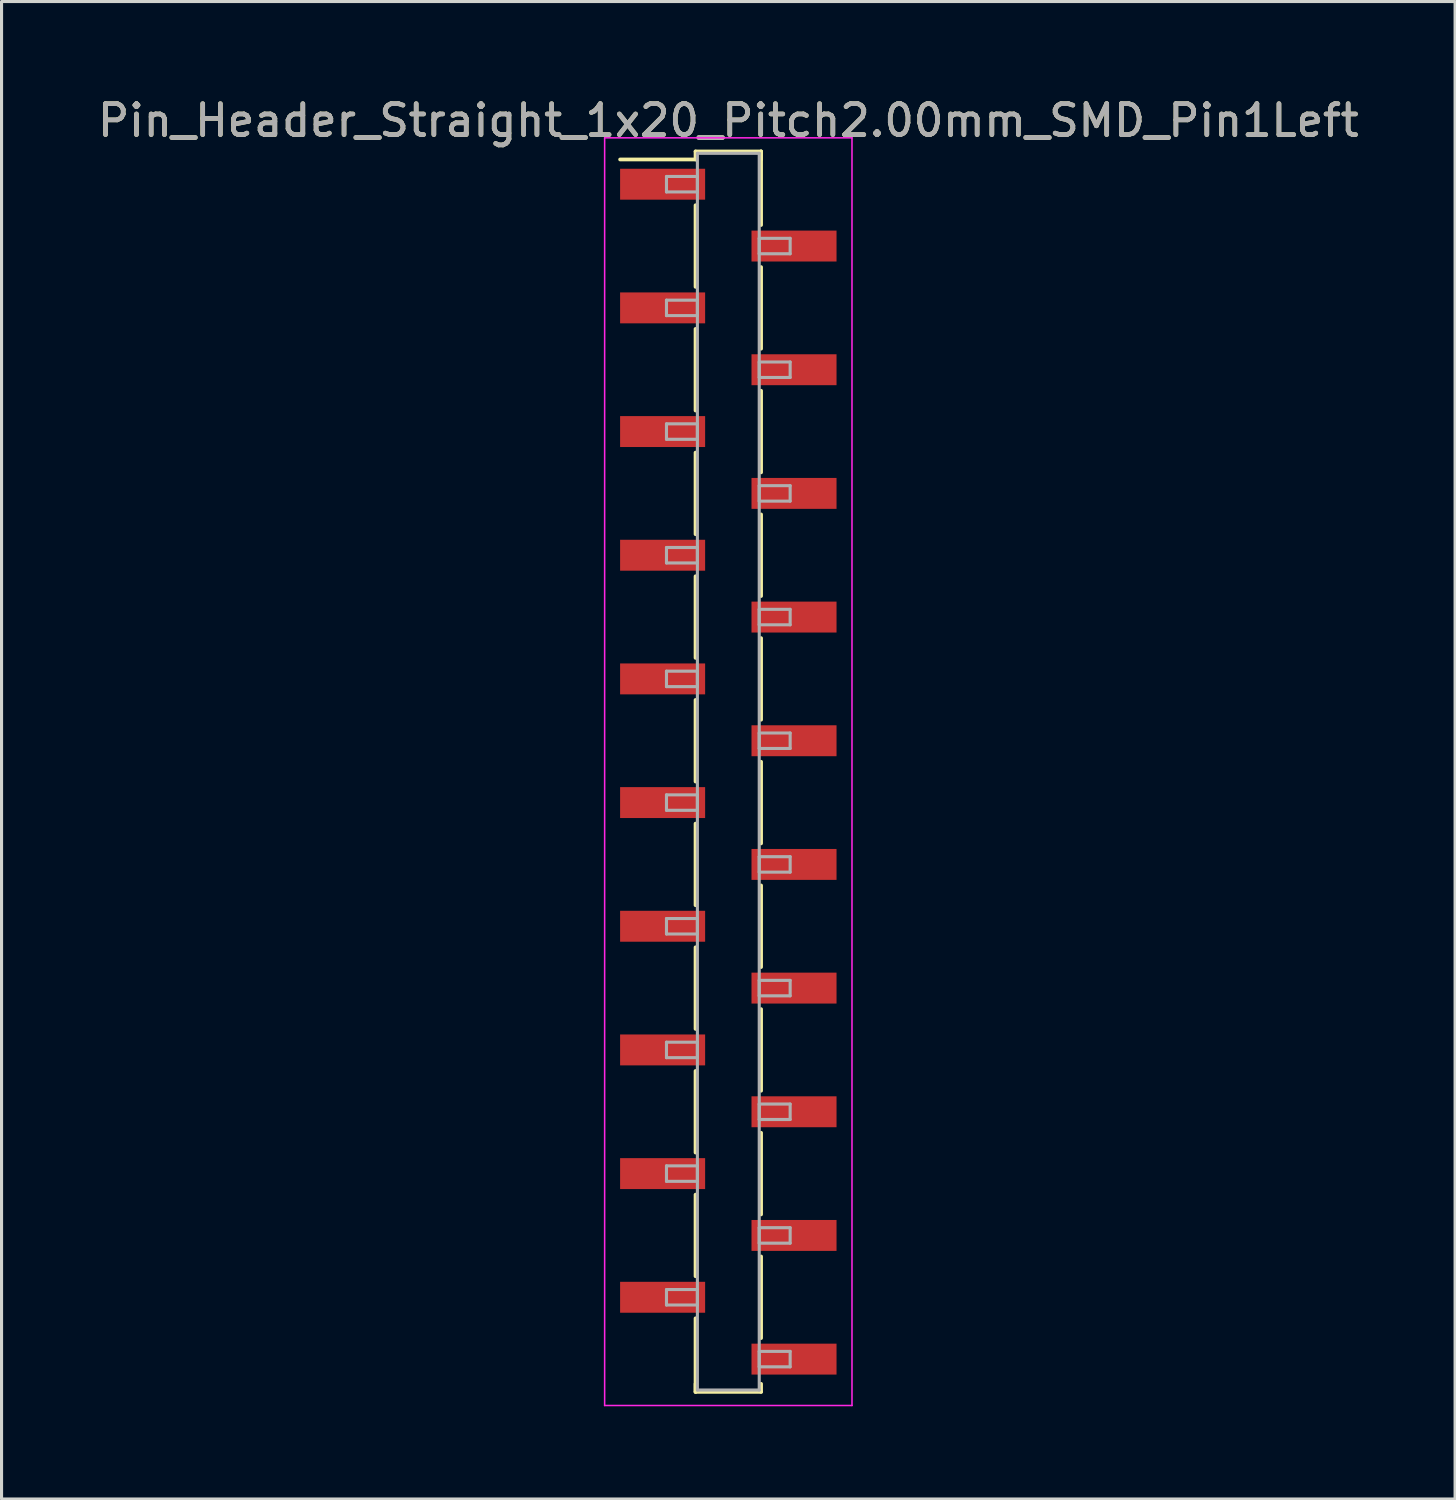
<source format=kicad_pcb>
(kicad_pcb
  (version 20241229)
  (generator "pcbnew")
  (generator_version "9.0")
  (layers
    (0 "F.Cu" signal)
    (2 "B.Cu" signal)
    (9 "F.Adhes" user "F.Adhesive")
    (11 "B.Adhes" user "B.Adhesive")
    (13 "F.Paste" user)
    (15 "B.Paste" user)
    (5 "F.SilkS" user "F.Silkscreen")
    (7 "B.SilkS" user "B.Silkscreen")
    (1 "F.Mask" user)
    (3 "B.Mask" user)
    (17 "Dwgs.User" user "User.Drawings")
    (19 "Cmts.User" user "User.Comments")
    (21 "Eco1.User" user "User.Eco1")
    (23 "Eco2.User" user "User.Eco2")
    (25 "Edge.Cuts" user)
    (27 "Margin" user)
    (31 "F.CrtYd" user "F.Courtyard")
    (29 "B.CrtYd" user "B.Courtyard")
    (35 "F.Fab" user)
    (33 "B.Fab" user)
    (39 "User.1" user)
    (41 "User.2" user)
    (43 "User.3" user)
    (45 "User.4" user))
  (footprint "Pin_Header_Straight_1x20_Pitch2.00mm_SMD_Pin1Left"
    (layer "F.Cu")
    (at 20.506 21.908)
    (property "Reference" "Pin_Header_Straight_1x20_Pitch2.00mm_SMD_Pin1Left" (at 0 -21.06 0) (layer "F.SilkS") (effects (font (size 1 1) (thickness 0.15))))
    (attr smd)
    (fp_line (start -1.06 -20.06) (end 1.06 -20.06) (stroke (width 0.12) (type solid)) (layer "F.SilkS"))
    (fp_line (start -1.06 -19.8) (end -3.5 -19.8) (stroke (width 0.12) (type solid)) (layer "F.SilkS"))
    (fp_line (start -1.06 -19.8) (end -1.06 -20.06) (stroke (width 0.12) (type solid)) (layer "F.SilkS"))
    (fp_line (start -1.06 -18.32) (end -1.06 -15.68) (stroke (width 0.12) (type solid)) (layer "F.SilkS"))
    (fp_line (start -1.06 -14.32) (end -1.06 -11.68) (stroke (width 0.12) (type solid)) (layer "F.SilkS"))
    (fp_line (start -1.06 -10.32) (end -1.06 -7.68) (stroke (width 0.12) (type solid)) (layer "F.SilkS"))
    (fp_line (start -1.06 -6.32) (end -1.06 -3.68) (stroke (width 0.12) (type solid)) (layer "F.SilkS"))
    (fp_line (start -1.06 -2.32) (end -1.06 0.32) (stroke (width 0.12) (type solid)) (layer "F.SilkS"))
    (fp_line (start -1.06 1.68) (end -1.06 4.32) (stroke (width 0.12) (type solid)) (layer "F.SilkS"))
    (fp_line (start -1.06 5.68) (end -1.06 8.32) (stroke (width 0.12) (type solid)) (layer "F.SilkS"))
    (fp_line (start -1.06 9.68) (end -1.06 12.32) (stroke (width 0.12) (type solid)) (layer "F.SilkS"))
    (fp_line (start -1.06 13.68) (end -1.06 16.32) (stroke (width 0.12) (type solid)) (layer "F.SilkS"))
    (fp_line (start -1.06 17.68) (end -1.06 20.06) (stroke (width 0.12) (type solid)) (layer "F.SilkS"))
    (fp_line (start -1.06 19.8) (end -1.06 20.06) (stroke (width 0.12) (type solid)) (layer "F.SilkS"))
    (fp_line (start -1.06 20.06) (end 1.06 20.06) (stroke (width 0.12) (type solid)) (layer "F.SilkS"))
    (fp_line (start 1.06 -20.06) (end 1.06 -19.8) (stroke (width 0.12) (type solid)) (layer "F.SilkS"))
    (fp_line (start 1.06 -20.06) (end 1.06 -17.68) (stroke (width 0.12) (type solid)) (layer "F.SilkS"))
    (fp_line (start 1.06 -16.32) (end 1.06 -13.68) (stroke (width 0.12) (type solid)) (layer "F.SilkS"))
    (fp_line (start 1.06 -12.32) (end 1.06 -9.68) (stroke (width 0.12) (type solid)) (layer "F.SilkS"))
    (fp_line (start 1.06 -8.32) (end 1.06 -5.68) (stroke (width 0.12) (type solid)) (layer "F.SilkS"))
    (fp_line (start 1.06 -4.32) (end 1.06 -1.68) (stroke (width 0.12) (type solid)) (layer "F.SilkS"))
    (fp_line (start 1.06 -0.32) (end 1.06 2.32) (stroke (width 0.12) (type solid)) (layer "F.SilkS"))
    (fp_line (start 1.06 3.68) (end 1.06 6.32) (stroke (width 0.12) (type solid)) (layer "F.SilkS"))
    (fp_line (start 1.06 7.68) (end 1.06 10.32) (stroke (width 0.12) (type solid)) (layer "F.SilkS"))
    (fp_line (start 1.06 11.68) (end 1.06 14.32) (stroke (width 0.12) (type solid)) (layer "F.SilkS"))
    (fp_line (start 1.06 15.68) (end 1.06 18.32) (stroke (width 0.12) (type solid)) (layer "F.SilkS"))
    (fp_line (start 1.06 20.06) (end 1.06 19.8) (stroke (width 0.12) (type solid)) (layer "F.SilkS"))
    (fp_line (start -4 -20.5) (end -4 20.5) (stroke (width 0.05) (type solid)) (layer "F.CrtYd"))
    (fp_line (start -4 20.5) (end 4 20.5) (stroke (width 0.05) (type solid)) (layer "F.CrtYd"))
    (fp_line (start 4 -20.5) (end -4 -20.5) (stroke (width 0.05) (type solid)) (layer "F.CrtYd"))
    (fp_line (start 4 20.5) (end 4 -20.5) (stroke (width 0.05) (type solid)) (layer "F.CrtYd"))
    (fp_line (start -2 -19.25) (end -1 -19.25) (stroke (width 0.1) (type solid)) (layer "F.Fab"))
    (fp_line (start -2 -18.75) (end -2 -19.25) (stroke (width 0.1) (type solid)) (layer "F.Fab"))
    (fp_line (start -2 -15.25) (end -1 -15.25) (stroke (width 0.1) (type solid)) (layer "F.Fab"))
    (fp_line (start -2 -14.75) (end -2 -15.25) (stroke (width 0.1) (type solid)) (layer "F.Fab"))
    (fp_line (start -2 -11.25) (end -1 -11.25) (stroke (width 0.1) (type solid)) (layer "F.Fab"))
    (fp_line (start -2 -10.75) (end -2 -11.25) (stroke (width 0.1) (type solid)) (layer "F.Fab"))
    (fp_line (start -2 -7.25) (end -1 -7.25) (stroke (width 0.1) (type solid)) (layer "F.Fab"))
    (fp_line (start -2 -6.75) (end -2 -7.25) (stroke (width 0.1) (type solid)) (layer "F.Fab"))
    (fp_line (start -2 -3.25) (end -1 -3.25) (stroke (width 0.1) (type solid)) (layer "F.Fab"))
    (fp_line (start -2 -2.75) (end -2 -3.25) (stroke (width 0.1) (type solid)) (layer "F.Fab"))
    (fp_line (start -2 0.75) (end -1 0.75) (stroke (width 0.1) (type solid)) (layer "F.Fab"))
    (fp_line (start -2 1.25) (end -2 0.75) (stroke (width 0.1) (type solid)) (layer "F.Fab"))
    (fp_line (start -2 4.75) (end -1 4.75) (stroke (width 0.1) (type solid)) (layer "F.Fab"))
    (fp_line (start -2 5.25) (end -2 4.75) (stroke (width 0.1) (type solid)) (layer "F.Fab"))
    (fp_line (start -2 8.75) (end -1 8.75) (stroke (width 0.1) (type solid)) (layer "F.Fab"))
    (fp_line (start -2 9.25) (end -2 8.75) (stroke (width 0.1) (type solid)) (layer "F.Fab"))
    (fp_line (start -2 12.75) (end -1 12.75) (stroke (width 0.1) (type solid)) (layer "F.Fab"))
    (fp_line (start -2 13.25) (end -2 12.75) (stroke (width 0.1) (type solid)) (layer "F.Fab"))
    (fp_line (start -2 16.75) (end -1 16.75) (stroke (width 0.1) (type solid)) (layer "F.Fab"))
    (fp_line (start -2 17.25) (end -2 16.75) (stroke (width 0.1) (type solid)) (layer "F.Fab"))
    (fp_line (start -1 -20) (end -1 20) (stroke (width 0.1) (type solid)) (layer "F.Fab"))
    (fp_line (start -1 -19.25) (end -1 -18.75) (stroke (width 0.1) (type solid)) (layer "F.Fab"))
    (fp_line (start -1 -18.75) (end -2 -18.75) (stroke (width 0.1) (type solid)) (layer "F.Fab"))
    (fp_line (start -1 -15.25) (end -1 -14.75) (stroke (width 0.1) (type solid)) (layer "F.Fab"))
    (fp_line (start -1 -14.75) (end -2 -14.75) (stroke (width 0.1) (type solid)) (layer "F.Fab"))
    (fp_line (start -1 -11.25) (end -1 -10.75) (stroke (width 0.1) (type solid)) (layer "F.Fab"))
    (fp_line (start -1 -10.75) (end -2 -10.75) (stroke (width 0.1) (type solid)) (layer "F.Fab"))
    (fp_line (start -1 -7.25) (end -1 -6.75) (stroke (width 0.1) (type solid)) (layer "F.Fab"))
    (fp_line (start -1 -6.75) (end -2 -6.75) (stroke (width 0.1) (type solid)) (layer "F.Fab"))
    (fp_line (start -1 -3.25) (end -1 -2.75) (stroke (width 0.1) (type solid)) (layer "F.Fab"))
    (fp_line (start -1 -2.75) (end -2 -2.75) (stroke (width 0.1) (type solid)) (layer "F.Fab"))
    (fp_line (start -1 0.75) (end -1 1.25) (stroke (width 0.1) (type solid)) (layer "F.Fab"))
    (fp_line (start -1 1.25) (end -2 1.25) (stroke (width 0.1) (type solid)) (layer "F.Fab"))
    (fp_line (start -1 4.75) (end -1 5.25) (stroke (width 0.1) (type solid)) (layer "F.Fab"))
    (fp_line (start -1 5.25) (end -2 5.25) (stroke (width 0.1) (type solid)) (layer "F.Fab"))
    (fp_line (start -1 8.75) (end -1 9.25) (stroke (width 0.1) (type solid)) (layer "F.Fab"))
    (fp_line (start -1 9.25) (end -2 9.25) (stroke (width 0.1) (type solid)) (layer "F.Fab"))
    (fp_line (start -1 12.75) (end -1 13.25) (stroke (width 0.1) (type solid)) (layer "F.Fab"))
    (fp_line (start -1 13.25) (end -2 13.25) (stroke (width 0.1) (type solid)) (layer "F.Fab"))
    (fp_line (start -1 16.75) (end -1 17.25) (stroke (width 0.1) (type solid)) (layer "F.Fab"))
    (fp_line (start -1 17.25) (end -2 17.25) (stroke (width 0.1) (type solid)) (layer "F.Fab"))
    (fp_line (start -1 20) (end 1 20) (stroke (width 0.1) (type solid)) (layer "F.Fab"))
    (fp_line (start 1 -20) (end -1 -20) (stroke (width 0.1) (type solid)) (layer "F.Fab"))
    (fp_line (start 1 -17.25) (end 1 -16.75) (stroke (width 0.1) (type solid)) (layer "F.Fab"))
    (fp_line (start 1 -16.75) (end 2 -16.75) (stroke (width 0.1) (type solid)) (layer "F.Fab"))
    (fp_line (start 1 -13.25) (end 1 -12.75) (stroke (width 0.1) (type solid)) (layer "F.Fab"))
    (fp_line (start 1 -12.75) (end 2 -12.75) (stroke (width 0.1) (type solid)) (layer "F.Fab"))
    (fp_line (start 1 -9.25) (end 1 -8.75) (stroke (width 0.1) (type solid)) (layer "F.Fab"))
    (fp_line (start 1 -8.75) (end 2 -8.75) (stroke (width 0.1) (type solid)) (layer "F.Fab"))
    (fp_line (start 1 -5.25) (end 1 -4.75) (stroke (width 0.1) (type solid)) (layer "F.Fab"))
    (fp_line (start 1 -4.75) (end 2 -4.75) (stroke (width 0.1) (type solid)) (layer "F.Fab"))
    (fp_line (start 1 -1.25) (end 1 -0.75) (stroke (width 0.1) (type solid)) (layer "F.Fab"))
    (fp_line (start 1 -0.75) (end 2 -0.75) (stroke (width 0.1) (type solid)) (layer "F.Fab"))
    (fp_line (start 1 2.75) (end 1 3.25) (stroke (width 0.1) (type solid)) (layer "F.Fab"))
    (fp_line (start 1 3.25) (end 2 3.25) (stroke (width 0.1) (type solid)) (layer "F.Fab"))
    (fp_line (start 1 6.75) (end 1 7.25) (stroke (width 0.1) (type solid)) (layer "F.Fab"))
    (fp_line (start 1 7.25) (end 2 7.25) (stroke (width 0.1) (type solid)) (layer "F.Fab"))
    (fp_line (start 1 10.75) (end 1 11.25) (stroke (width 0.1) (type solid)) (layer "F.Fab"))
    (fp_line (start 1 11.25) (end 2 11.25) (stroke (width 0.1) (type solid)) (layer "F.Fab"))
    (fp_line (start 1 14.75) (end 1 15.25) (stroke (width 0.1) (type solid)) (layer "F.Fab"))
    (fp_line (start 1 15.25) (end 2 15.25) (stroke (width 0.1) (type solid)) (layer "F.Fab"))
    (fp_line (start 1 18.75) (end 1 19.25) (stroke (width 0.1) (type solid)) (layer "F.Fab"))
    (fp_line (start 1 19.25) (end 2 19.25) (stroke (width 0.1) (type solid)) (layer "F.Fab"))
    (fp_line (start 1 20) (end 1 -20) (stroke (width 0.1) (type solid)) (layer "F.Fab"))
    (fp_line (start 2 -17.25) (end 1 -17.25) (stroke (width 0.1) (type solid)) (layer "F.Fab"))
    (fp_line (start 2 -16.75) (end 2 -17.25) (stroke (width 0.1) (type solid)) (layer "F.Fab"))
    (fp_line (start 2 -13.25) (end 1 -13.25) (stroke (width 0.1) (type solid)) (layer "F.Fab"))
    (fp_line (start 2 -12.75) (end 2 -13.25) (stroke (width 0.1) (type solid)) (layer "F.Fab"))
    (fp_line (start 2 -9.25) (end 1 -9.25) (stroke (width 0.1) (type solid)) (layer "F.Fab"))
    (fp_line (start 2 -8.75) (end 2 -9.25) (stroke (width 0.1) (type solid)) (layer "F.Fab"))
    (fp_line (start 2 -5.25) (end 1 -5.25) (stroke (width 0.1) (type solid)) (layer "F.Fab"))
    (fp_line (start 2 -4.75) (end 2 -5.25) (stroke (width 0.1) (type solid)) (layer "F.Fab"))
    (fp_line (start 2 -1.25) (end 1 -1.25) (stroke (width 0.1) (type solid)) (layer "F.Fab"))
    (fp_line (start 2 -0.75) (end 2 -1.25) (stroke (width 0.1) (type solid)) (layer "F.Fab"))
    (fp_line (start 2 2.75) (end 1 2.75) (stroke (width 0.1) (type solid)) (layer "F.Fab"))
    (fp_line (start 2 3.25) (end 2 2.75) (stroke (width 0.1) (type solid)) (layer "F.Fab"))
    (fp_line (start 2 6.75) (end 1 6.75) (stroke (width 0.1) (type solid)) (layer "F.Fab"))
    (fp_line (start 2 7.25) (end 2 6.75) (stroke (width 0.1) (type solid)) (layer "F.Fab"))
    (fp_line (start 2 10.75) (end 1 10.75) (stroke (width 0.1) (type solid)) (layer "F.Fab"))
    (fp_line (start 2 11.25) (end 2 10.75) (stroke (width 0.1) (type solid)) (layer "F.Fab"))
    (fp_line (start 2 14.75) (end 1 14.75) (stroke (width 0.1) (type solid)) (layer "F.Fab"))
    (fp_line (start 2 15.25) (end 2 14.75) (stroke (width 0.1) (type solid)) (layer "F.Fab"))
    (fp_line (start 2 18.75) (end 1 18.75) (stroke (width 0.1) (type solid)) (layer "F.Fab"))
    (fp_line (start 2 19.25) (end 2 18.75) (stroke (width 0.1) (type solid)) (layer "F.Fab"))
    (fp_text user "${REFERENCE}" (at 0 -21.06 0) (layer "F.Fab") (effects (font (size 1 1) (thickness 0.15))))
    (pad "1" smd rect (at -2.125 -19) (size 2.75 1) (layers "F.Cu" "F.Mask" "F.Paste"))
    (pad "2" smd rect (at 2.125 -17) (size 2.75 1) (layers "F.Cu" "F.Mask" "F.Paste"))
    (pad "3" smd rect (at -2.125 -15) (size 2.75 1) (layers "F.Cu" "F.Mask" "F.Paste"))
    (pad "4" smd rect (at 2.125 -13) (size 2.75 1) (layers "F.Cu" "F.Mask" "F.Paste"))
    (pad "5" smd rect (at -2.125 -11) (size 2.75 1) (layers "F.Cu" "F.Mask" "F.Paste"))
    (pad "6" smd rect (at 2.125 -9) (size 2.75 1) (layers "F.Cu" "F.Mask" "F.Paste"))
    (pad "7" smd rect (at -2.125 -7) (size 2.75 1) (layers "F.Cu" "F.Mask" "F.Paste"))
    (pad "8" smd rect (at 2.125 -5) (size 2.75 1) (layers "F.Cu" "F.Mask" "F.Paste"))
    (pad "9" smd rect (at -2.125 -3) (size 2.75 1) (layers "F.Cu" "F.Mask" "F.Paste"))
    (pad "10" smd rect (at 2.125 -1) (size 2.75 1) (layers "F.Cu" "F.Mask" "F.Paste"))
    (pad "11" smd rect (at -2.125 1) (size 2.75 1) (layers "F.Cu" "F.Mask" "F.Paste"))
    (pad "12" smd rect (at 2.125 3) (size 2.75 1) (layers "F.Cu" "F.Mask" "F.Paste"))
    (pad "13" smd rect (at -2.125 5) (size 2.75 1) (layers "F.Cu" "F.Mask" "F.Paste"))
    (pad "14" smd rect (at 2.125 7) (size 2.75 1) (layers "F.Cu" "F.Mask" "F.Paste"))
    (pad "15" smd rect (at -2.125 9) (size 2.75 1) (layers "F.Cu" "F.Mask" "F.Paste"))
    (pad "16" smd rect (at 2.125 11) (size 2.75 1) (layers "F.Cu" "F.Mask" "F.Paste"))
    (pad "17" smd rect (at -2.125 13) (size 2.75 1) (layers "F.Cu" "F.Mask" "F.Paste"))
    (pad "18" smd rect (at 2.125 15) (size 2.75 1) (layers "F.Cu" "F.Mask" "F.Paste"))
    (pad "19" smd rect (at -2.125 17) (size 2.75 1) (layers "F.Cu" "F.Mask" "F.Paste"))
    (pad "20" smd rect (at 2.125 19) (size 2.75 1) (layers "F.Cu" "F.Mask" "F.Paste")))
  (gr_rect
    (start -3 -3)
    (end 44.012 45.433)
    (stroke (width 0.1) (type default))
    (fill no)
    (layer "Edge.Cuts")))
</source>
